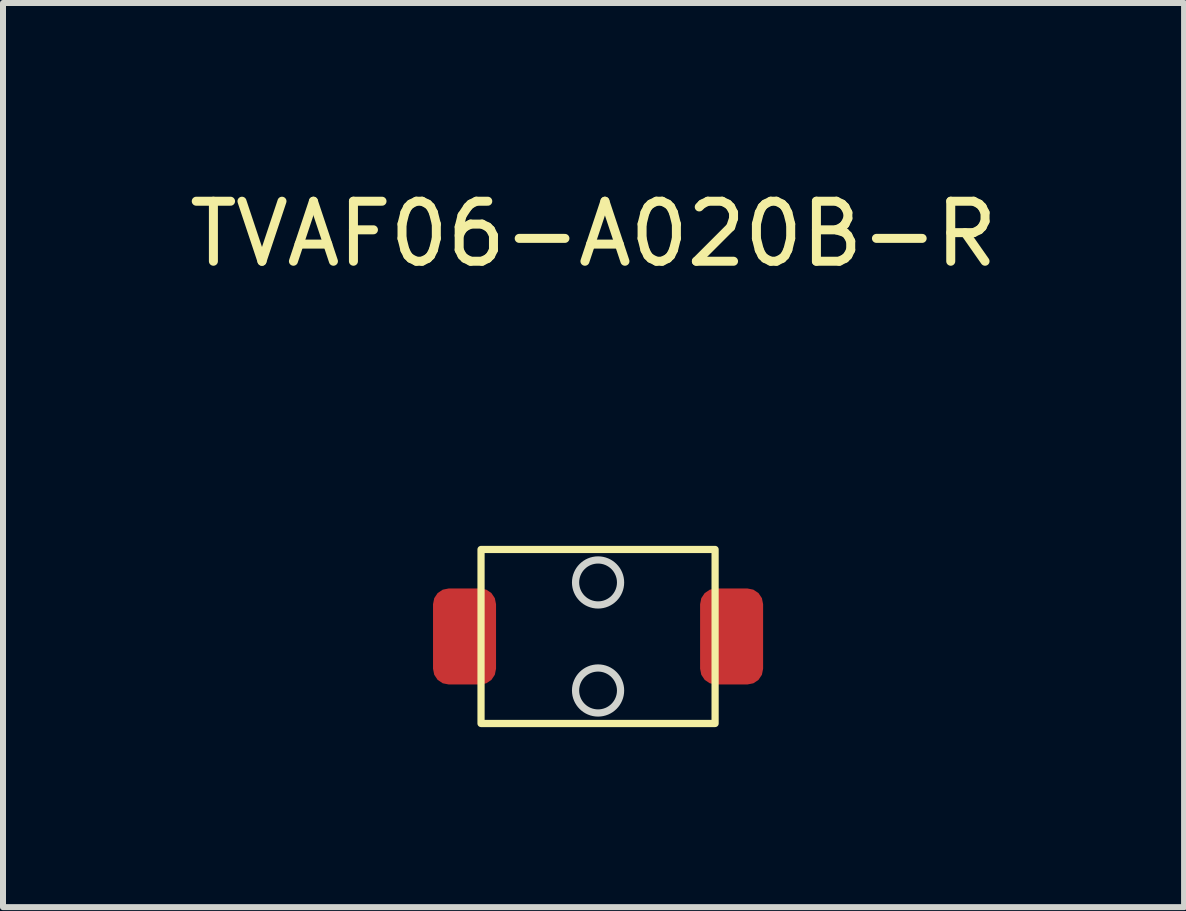
<source format=kicad_pcb>
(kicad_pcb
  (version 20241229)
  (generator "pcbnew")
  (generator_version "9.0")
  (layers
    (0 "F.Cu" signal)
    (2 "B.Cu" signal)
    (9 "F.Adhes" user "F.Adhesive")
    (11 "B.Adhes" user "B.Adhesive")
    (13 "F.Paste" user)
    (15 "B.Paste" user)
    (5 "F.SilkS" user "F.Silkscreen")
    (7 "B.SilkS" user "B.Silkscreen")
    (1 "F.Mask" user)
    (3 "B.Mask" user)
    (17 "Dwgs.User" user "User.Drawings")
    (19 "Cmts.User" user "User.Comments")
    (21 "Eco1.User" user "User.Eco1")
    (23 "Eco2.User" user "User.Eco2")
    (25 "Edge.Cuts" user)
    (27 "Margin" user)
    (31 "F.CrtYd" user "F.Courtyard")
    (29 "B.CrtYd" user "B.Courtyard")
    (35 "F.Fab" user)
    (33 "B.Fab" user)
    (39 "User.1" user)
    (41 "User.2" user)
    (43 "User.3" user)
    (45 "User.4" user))
  (footprint "TVAF06-A020B-R"
    (layer "F.Cu")
    (at 6.915 7.555)
    (property "Reference" "TVAF06-A020B-R" (at -0.076 -6.707 0) (unlocked yes) (layer "F.SilkS") (effects (font (size 1 1) (thickness 0.15))))
    (attr smd)
    (fp_rect (start -1.95 -1.45) (end 1.95 1.45) (stroke (width 0.12) (type solid)) (fill no) (layer "F.SilkS"))
    (fp_circle (center 0 -0.9) (end 0.375 -0.9) (stroke (width 0.12) (type solid)) (fill no) (layer "Edge.Cuts"))
    (fp_circle (center 0 0.9) (end 0.375 0.9) (stroke (width 0.12) (type solid)) (fill no) (layer "Edge.Cuts"))
    (pad "1" smd roundrect (at -2.225 0) (size 1.05 1.6) (layers "F.Cu" "F.Mask" "F.Paste") (roundrect_rratio 0.25))
    (pad "2" smd roundrect (at 2.225 0) (size 1.05 1.6) (layers "F.Cu" "F.Mask" "F.Paste") (roundrect_rratio 0.25)))
  (gr_rect
    (start -3 -3)
    (end 16.679 12.065)
    (stroke (width 0.1) (type default))
    (fill no)
    (layer "Edge.Cuts")))
</source>
